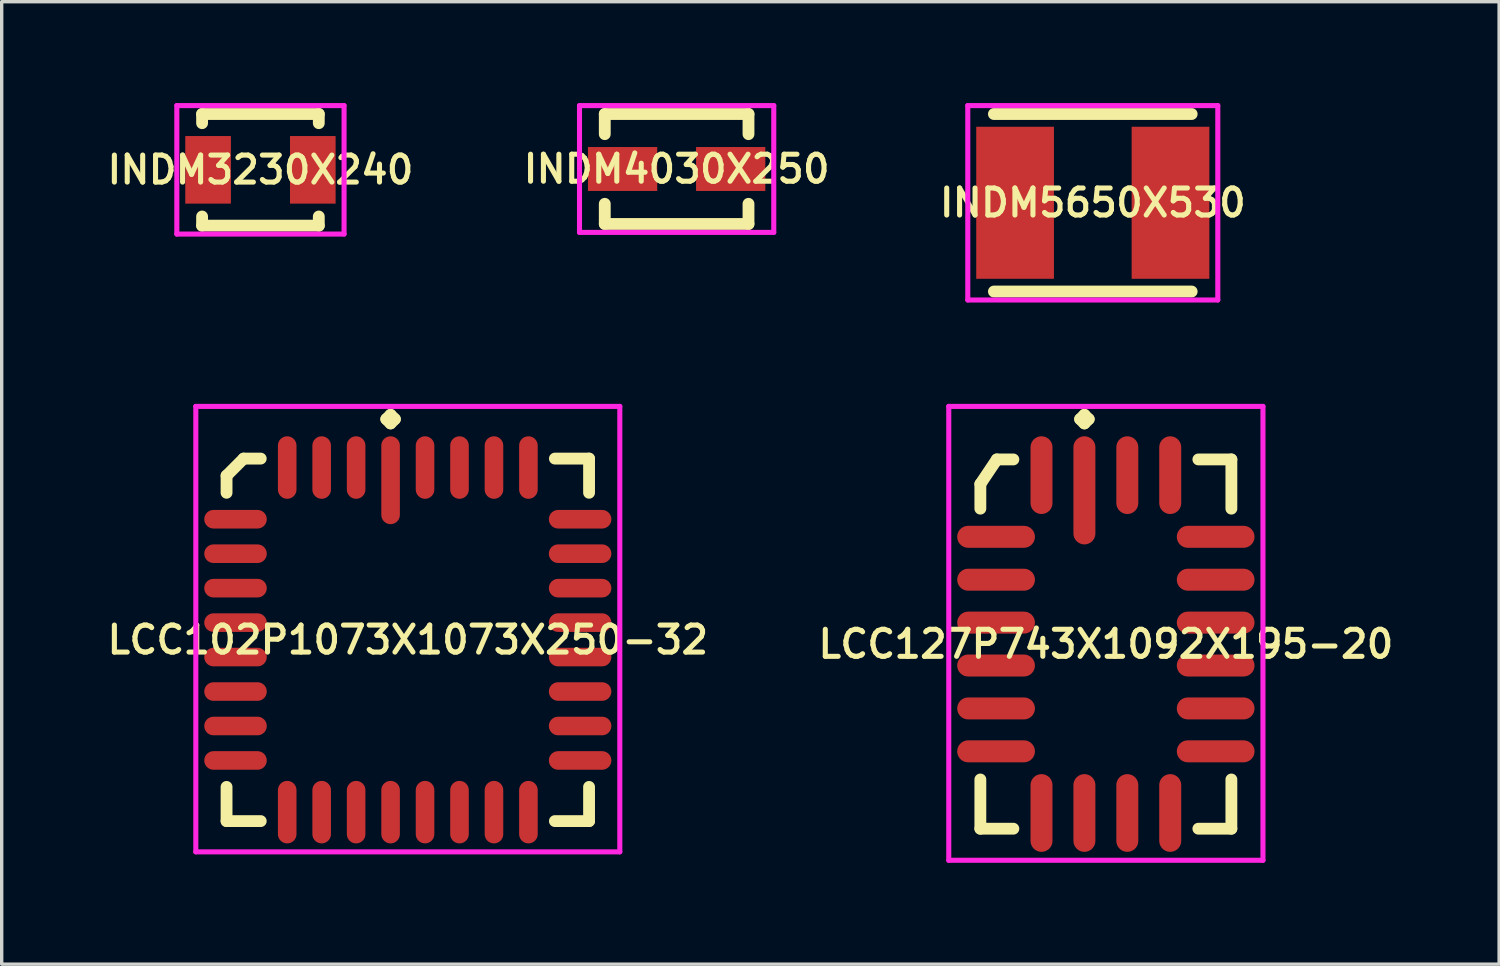
<source format=kicad_pcb>
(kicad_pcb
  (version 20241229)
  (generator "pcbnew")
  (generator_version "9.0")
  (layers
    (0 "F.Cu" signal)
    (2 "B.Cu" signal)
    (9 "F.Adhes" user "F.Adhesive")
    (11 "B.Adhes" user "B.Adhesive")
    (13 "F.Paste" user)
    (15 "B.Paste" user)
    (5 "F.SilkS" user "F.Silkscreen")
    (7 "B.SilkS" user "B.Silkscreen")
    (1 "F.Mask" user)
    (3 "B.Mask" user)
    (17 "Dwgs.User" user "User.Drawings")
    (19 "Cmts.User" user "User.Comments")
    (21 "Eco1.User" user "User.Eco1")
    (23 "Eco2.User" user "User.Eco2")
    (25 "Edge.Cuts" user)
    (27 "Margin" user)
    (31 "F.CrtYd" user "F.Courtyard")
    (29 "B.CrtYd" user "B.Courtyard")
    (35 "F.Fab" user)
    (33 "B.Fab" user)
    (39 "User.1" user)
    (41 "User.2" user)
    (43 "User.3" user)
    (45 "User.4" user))
  (footprint "INDM4030X250"
    (layer "F.Cu")
    (at 16.978 1.952)
    (property "Reference" "INDM4030X250" (at 0 0 0) (layer "F.SilkS") (effects (font (size 0.8 0.8) (thickness 0.15))))
    (attr smd)
    (fp_line (start -2.127 -1.627) (end 2.127 -1.627) (stroke (width 0.35) (type solid)) (layer "F.SilkS"))
    (fp_line (start -2.127 -1.031) (end -2.127 -1.627) (stroke (width 0.35) (type solid)) (layer "F.SilkS"))
    (fp_line (start -2.127 1.031) (end -2.127 1.627) (stroke (width 0.35) (type solid)) (layer "F.SilkS"))
    (fp_line (start -2.127 1.627) (end 2.127 1.627) (stroke (width 0.35) (type solid)) (layer "F.SilkS"))
    (fp_line (start 2.127 -1.627) (end 2.127 -1.031) (stroke (width 0.35) (type solid)) (layer "F.SilkS"))
    (fp_line (start 2.127 1.627) (end 2.127 1.031) (stroke (width 0.35) (type solid)) (layer "F.SilkS"))
    (fp_line (start -2.875 -1.877) (end 2.875 -1.877) (stroke (width 0.15) (type solid)) (layer "F.CrtYd"))
    (fp_line (start -2.875 1.877) (end -2.875 -1.877) (stroke (width 0.15) (type solid)) (layer "F.CrtYd"))
    (fp_line (start 2.875 -1.877) (end 2.875 1.877) (stroke (width 0.15) (type solid)) (layer "F.CrtYd"))
    (fp_line (start 2.875 1.877) (end -2.875 1.877) (stroke (width 0.15) (type solid)) (layer "F.CrtYd"))
    (pad "1" smd rect (at -1.6 0) (size 2.05 1.3) (layers "F.Cu" "F.Mask" "F.Paste"))
    (pad "2" smd rect (at 1.6 0) (size 2.05 1.3) (layers "F.Cu" "F.Mask" "F.Paste")))
  (footprint "INDM3230X240"
    (layer "F.Cu")
    (at 4.659 1.977)
    (property "Reference" "INDM3230X240" (at 0 0 0) (layer "F.SilkS") (effects (font (size 0.8 0.8) (thickness 0.15))))
    (attr smd)
    (fp_line (start -1.727 -1.652) (end 1.727 -1.652) (stroke (width 0.35) (type solid)) (layer "F.SilkS"))
    (fp_line (start -1.727 -1.381) (end -1.727 -1.652) (stroke (width 0.35) (type solid)) (layer "F.SilkS"))
    (fp_line (start -1.727 1.381) (end -1.727 1.652) (stroke (width 0.35) (type solid)) (layer "F.SilkS"))
    (fp_line (start -1.727 1.652) (end 1.727 1.652) (stroke (width 0.35) (type solid)) (layer "F.SilkS"))
    (fp_line (start 1.727 -1.652) (end 1.727 -1.381) (stroke (width 0.35) (type solid)) (layer "F.SilkS"))
    (fp_line (start 1.727 1.652) (end 1.727 1.381) (stroke (width 0.35) (type solid)) (layer "F.SilkS"))
    (fp_line (start -2.475 -1.902) (end 2.475 -1.902) (stroke (width 0.15) (type solid)) (layer "F.CrtYd"))
    (fp_line (start -2.475 1.902) (end -2.475 -1.902) (stroke (width 0.15) (type solid)) (layer "F.CrtYd"))
    (fp_line (start 2.475 -1.902) (end 2.475 1.902) (stroke (width 0.15) (type solid)) (layer "F.CrtYd"))
    (fp_line (start 2.475 1.902) (end -2.475 1.902) (stroke (width 0.15) (type solid)) (layer "F.CrtYd"))
    (pad "1" smd rect (at -1.55 0) (size 1.35 2) (layers "F.Cu" "F.Mask" "F.Paste"))
    (pad "2" smd rect (at 1.55 0) (size 1.35 2) (layers "F.Cu" "F.Mask" "F.Paste")))
  (footprint "LCC102P1073X1073X250-32"
    (layer "F.Cu")
    (at 9.021 15.889)
    (property "Reference" "LCC102P1073X1073X250-32" (at 0 0 0) (layer "F.SilkS") (effects (font (size 0.8 0.8) (thickness 0.15))))
    (attr smd)
    (fp_line (start -5.365 -4.859) (end -4.859 -5.365) (stroke (width 0.35) (type solid)) (layer "F.SilkS"))
    (fp_line (start -5.365 -4.353) (end -5.365 -4.859) (stroke (width 0.35) (type solid)) (layer "F.SilkS"))
    (fp_line (start -5.365 4.353) (end -5.365 5.365) (stroke (width 0.35) (type solid)) (layer "F.SilkS"))
    (fp_line (start -5.365 5.365) (end -4.353 5.365) (stroke (width 0.35) (type solid)) (layer "F.SilkS"))
    (fp_line (start -4.859 -5.365) (end -4.353 -5.365) (stroke (width 0.35) (type solid)) (layer "F.SilkS"))
    (fp_line (start -0.637 -6.533) (end -0.51 -6.66) (stroke (width 0.35) (type solid)) (layer "F.SilkS"))
    (fp_line (start -0.51 -6.66) (end -0.383 -6.533) (stroke (width 0.35) (type solid)) (layer "F.SilkS"))
    (fp_line (start -0.51 -6.406) (end -0.637 -6.533) (stroke (width 0.35) (type solid)) (layer "F.SilkS"))
    (fp_line (start -0.383 -6.533) (end -0.51 -6.406) (stroke (width 0.35) (type solid)) (layer "F.SilkS"))
    (fp_line (start 5.365 -5.365) (end 4.353 -5.365) (stroke (width 0.35) (type solid)) (layer "F.SilkS"))
    (fp_line (start 5.365 -4.353) (end 5.365 -5.365) (stroke (width 0.35) (type solid)) (layer "F.SilkS"))
    (fp_line (start 5.365 4.353) (end 5.365 5.365) (stroke (width 0.35) (type solid)) (layer "F.SilkS"))
    (fp_line (start 5.365 5.365) (end 4.353 5.365) (stroke (width 0.35) (type solid)) (layer "F.SilkS"))
    (fp_line (start -6.275 -6.91) (end 6.275 -6.91) (stroke (width 0.15) (type solid)) (layer "F.CrtYd"))
    (fp_line (start -6.275 6.275) (end -6.275 -6.91) (stroke (width 0.15) (type solid)) (layer "F.CrtYd"))
    (fp_line (start 6.275 -6.91) (end 6.275 6.275) (stroke (width 0.15) (type solid)) (layer "F.CrtYd"))
    (fp_line (start 6.275 6.275) (end -6.275 6.275) (stroke (width 0.15) (type solid)) (layer "F.CrtYd"))
    (pad "1" smd oval (at -0.51 -4.725) (size 0.55 2.6) (layers "F.Cu" "F.Mask" "F.Paste"))
    (pad "2" smd oval (at -1.53 -5.1) (size 0.55 1.85) (layers "F.Cu" "F.Mask" "F.Paste"))
    (pad "3" smd oval (at -2.55 -5.1) (size 0.55 1.85) (layers "F.Cu" "F.Mask" "F.Paste"))
    (pad "4" smd oval (at -3.57 -5.1) (size 0.55 1.85) (layers "F.Cu" "F.Mask" "F.Paste"))
    (pad "5" smd oval (at -5.1 -3.57) (size 1.85 0.55) (layers "F.Cu" "F.Mask" "F.Paste"))
    (pad "6" smd oval (at -5.1 -2.55) (size 1.85 0.55) (layers "F.Cu" "F.Mask" "F.Paste"))
    (pad "7" smd oval (at -5.1 -1.53) (size 1.85 0.55) (layers "F.Cu" "F.Mask" "F.Paste"))
    (pad "8" smd oval (at -5.1 -0.51) (size 1.85 0.55) (layers "F.Cu" "F.Mask" "F.Paste"))
    (pad "9" smd oval (at -5.1 0.51) (size 1.85 0.55) (layers "F.Cu" "F.Mask" "F.Paste"))
    (pad "10" smd oval (at -5.1 1.53) (size 1.85 0.55) (layers "F.Cu" "F.Mask" "F.Paste"))
    (pad "11" smd oval (at -5.1 2.55) (size 1.85 0.55) (layers "F.Cu" "F.Mask" "F.Paste"))
    (pad "12" smd oval (at -5.1 3.57) (size 1.85 0.55) (layers "F.Cu" "F.Mask" "F.Paste"))
    (pad "13" smd oval (at -3.57 5.1) (size 0.55 1.85) (layers "F.Cu" "F.Mask" "F.Paste"))
    (pad "14" smd oval (at -2.55 5.1) (size 0.55 1.85) (layers "F.Cu" "F.Mask" "F.Paste"))
    (pad "15" smd oval (at -1.53 5.1) (size 0.55 1.85) (layers "F.Cu" "F.Mask" "F.Paste"))
    (pad "16" smd oval (at -0.51 5.1) (size 0.55 1.85) (layers "F.Cu" "F.Mask" "F.Paste"))
    (pad "17" smd oval (at 0.51 5.1) (size 0.55 1.85) (layers "F.Cu" "F.Mask" "F.Paste"))
    (pad "18" smd oval (at 1.53 5.1) (size 0.55 1.85) (layers "F.Cu" "F.Mask" "F.Paste"))
    (pad "19" smd oval (at 2.55 5.1) (size 0.55 1.85) (layers "F.Cu" "F.Mask" "F.Paste"))
    (pad "20" smd oval (at 3.57 5.1) (size 0.55 1.85) (layers "F.Cu" "F.Mask" "F.Paste"))
    (pad "21" smd oval (at 5.1 3.57) (size 1.85 0.55) (layers "F.Cu" "F.Mask" "F.Paste"))
    (pad "22" smd oval (at 5.1 2.55) (size 1.85 0.55) (layers "F.Cu" "F.Mask" "F.Paste"))
    (pad "23" smd oval (at 5.1 1.53) (size 1.85 0.55) (layers "F.Cu" "F.Mask" "F.Paste"))
    (pad "24" smd oval (at 5.1 0.51) (size 1.85 0.55) (layers "F.Cu" "F.Mask" "F.Paste"))
    (pad "25" smd oval (at 5.1 -0.51) (size 1.85 0.55) (layers "F.Cu" "F.Mask" "F.Paste"))
    (pad "26" smd oval (at 5.1 -1.53) (size 1.85 0.55) (layers "F.Cu" "F.Mask" "F.Paste"))
    (pad "27" smd oval (at 5.1 -2.55) (size 1.85 0.55) (layers "F.Cu" "F.Mask" "F.Paste"))
    (pad "28" smd oval (at 5.1 -3.57) (size 1.85 0.55) (layers "F.Cu" "F.Mask" "F.Paste"))
    (pad "29" smd oval (at 3.57 -5.1) (size 0.55 1.85) (layers "F.Cu" "F.Mask" "F.Paste"))
    (pad "30" smd oval (at 2.55 -5.1) (size 0.55 1.85) (layers "F.Cu" "F.Mask" "F.Paste"))
    (pad "31" smd oval (at 1.53 -5.1) (size 0.55 1.85) (layers "F.Cu" "F.Mask" "F.Paste"))
    (pad "32" smd oval (at 0.51 -5.1) (size 0.55 1.85) (layers "F.Cu" "F.Mask" "F.Paste")))
  (footprint "LCC127P743X1092X195-20"
    (layer "F.Cu")
    (at 29.683 16.014)
    (property "Reference" "LCC127P743X1092X195-20" (at 0 0 0) (layer "F.SilkS") (effects (font (size 0.8 0.8) (thickness 0.15))))
    (attr smd)
    (fp_line (start -3.715 -4.737) (end -3.227 -5.465) (stroke (width 0.35) (type solid)) (layer "F.SilkS"))
    (fp_line (start -3.715 -4.008) (end -3.715 -4.737) (stroke (width 0.35) (type solid)) (layer "F.SilkS"))
    (fp_line (start -3.715 4.008) (end -3.715 5.465) (stroke (width 0.35) (type solid)) (layer "F.SilkS"))
    (fp_line (start -3.715 5.465) (end -2.738 5.465) (stroke (width 0.35) (type solid)) (layer "F.SilkS"))
    (fp_line (start -3.227 -5.465) (end -2.738 -5.465) (stroke (width 0.35) (type solid)) (layer "F.SilkS"))
    (fp_line (start -0.762 -6.658) (end -0.635 -6.785) (stroke (width 0.35) (type solid)) (layer "F.SilkS"))
    (fp_line (start -0.635 -6.785) (end -0.508 -6.658) (stroke (width 0.35) (type solid)) (layer "F.SilkS"))
    (fp_line (start -0.635 -6.531) (end -0.762 -6.658) (stroke (width 0.35) (type solid)) (layer "F.SilkS"))
    (fp_line (start -0.508 -6.658) (end -0.635 -6.531) (stroke (width 0.35) (type solid)) (layer "F.SilkS"))
    (fp_line (start 3.715 -5.465) (end 2.738 -5.465) (stroke (width 0.35) (type solid)) (layer "F.SilkS"))
    (fp_line (start 3.715 -4.008) (end 3.715 -5.465) (stroke (width 0.35) (type solid)) (layer "F.SilkS"))
    (fp_line (start 3.715 4.008) (end 3.715 5.465) (stroke (width 0.35) (type solid)) (layer "F.SilkS"))
    (fp_line (start 3.715 5.465) (end 2.738 5.465) (stroke (width 0.35) (type solid)) (layer "F.SilkS"))
    (fp_line (start -4.65 -7.035) (end 4.65 -7.035) (stroke (width 0.15) (type solid)) (layer "F.CrtYd"))
    (fp_line (start -4.65 6.4) (end -4.65 -7.035) (stroke (width 0.15) (type solid)) (layer "F.CrtYd"))
    (fp_line (start 4.65 -7.035) (end 4.65 6.4) (stroke (width 0.15) (type solid)) (layer "F.CrtYd"))
    (fp_line (start 4.65 6.4) (end -4.65 6.4) (stroke (width 0.15) (type solid)) (layer "F.CrtYd"))
    (pad "1" smd oval (at -0.635 -4.55) (size 0.65 3.2) (layers "F.Cu" "F.Mask" "F.Paste"))
    (pad "2" smd oval (at -1.905 -5) (size 0.65 2.3) (layers "F.Cu" "F.Mask" "F.Paste"))
    (pad "3" smd oval (at -3.25 -3.175) (size 2.3 0.65) (layers "F.Cu" "F.Mask" "F.Paste"))
    (pad "4" smd oval (at -3.25 -1.905) (size 2.3 0.65) (layers "F.Cu" "F.Mask" "F.Paste"))
    (pad "5" smd oval (at -3.25 -0.635) (size 2.3 0.65) (layers "F.Cu" "F.Mask" "F.Paste"))
    (pad "6" smd oval (at -3.25 0.635) (size 2.3 0.65) (layers "F.Cu" "F.Mask" "F.Paste"))
    (pad "7" smd oval (at -3.25 1.905) (size 2.3 0.65) (layers "F.Cu" "F.Mask" "F.Paste"))
    (pad "8" smd oval (at -3.25 3.175) (size 2.3 0.65) (layers "F.Cu" "F.Mask" "F.Paste"))
    (pad "9" smd oval (at -1.905 5) (size 0.65 2.3) (layers "F.Cu" "F.Mask" "F.Paste"))
    (pad "10" smd oval (at -0.635 5) (size 0.65 2.3) (layers "F.Cu" "F.Mask" "F.Paste"))
    (pad "11" smd oval (at 0.635 5) (size 0.65 2.3) (layers "F.Cu" "F.Mask" "F.Paste"))
    (pad "12" smd oval (at 1.905 5) (size 0.65 2.3) (layers "F.Cu" "F.Mask" "F.Paste"))
    (pad "13" smd oval (at 3.25 3.175) (size 2.3 0.65) (layers "F.Cu" "F.Mask" "F.Paste"))
    (pad "14" smd oval (at 3.25 1.905) (size 2.3 0.65) (layers "F.Cu" "F.Mask" "F.Paste"))
    (pad "15" smd oval (at 3.25 0.635) (size 2.3 0.65) (layers "F.Cu" "F.Mask" "F.Paste"))
    (pad "16" smd oval (at 3.25 -0.635) (size 2.3 0.65) (layers "F.Cu" "F.Mask" "F.Paste"))
    (pad "17" smd oval (at 3.25 -1.905) (size 2.3 0.65) (layers "F.Cu" "F.Mask" "F.Paste"))
    (pad "18" smd oval (at 3.25 -3.175) (size 2.3 0.65) (layers "F.Cu" "F.Mask" "F.Paste"))
    (pad "19" smd oval (at 1.905 -5) (size 0.65 2.3) (layers "F.Cu" "F.Mask" "F.Paste"))
    (pad "20" smd oval (at 0.635 -5) (size 0.65 2.3) (layers "F.Cu" "F.Mask" "F.Paste")))
  (footprint "INDM5650X530"
    (layer "F.Cu")
    (at 29.296 2.952)
    (property "Reference" "INDM5650X530" (at 0 0 0) (layer "F.SilkS") (effects (font (size 0.8 0.8) (thickness 0.15))))
    (attr smd)
    (fp_line (start -2.927 -2.627) (end 2.927 -2.627) (stroke (width 0.35) (type solid)) (layer "F.SilkS"))
    (fp_line (start -2.927 2.627) (end 2.927 2.627) (stroke (width 0.35) (type solid)) (layer "F.SilkS"))
    (fp_line (start -3.7 -2.877) (end 3.7 -2.877) (stroke (width 0.15) (type solid)) (layer "F.CrtYd"))
    (fp_line (start -3.7 2.877) (end -3.7 -2.877) (stroke (width 0.15) (type solid)) (layer "F.CrtYd"))
    (fp_line (start 3.7 -2.877) (end 3.7 2.877) (stroke (width 0.15) (type solid)) (layer "F.CrtYd"))
    (fp_line (start 3.7 2.877) (end -3.7 2.877) (stroke (width 0.15) (type solid)) (layer "F.CrtYd"))
    (pad "1" smd rect (at -2.3 0) (size 2.3 4.5) (layers "F.Cu" "F.Mask" "F.Paste"))
    (pad "2" smd rect (at 2.3 0) (size 2.3 4.5) (layers "F.Cu" "F.Mask" "F.Paste")))
  (gr_rect
    (start -3 -3)
    (end 41.323 25.489)
    (stroke (width 0.1) (type default))
    (fill no)
    (layer "Edge.Cuts")))
</source>
